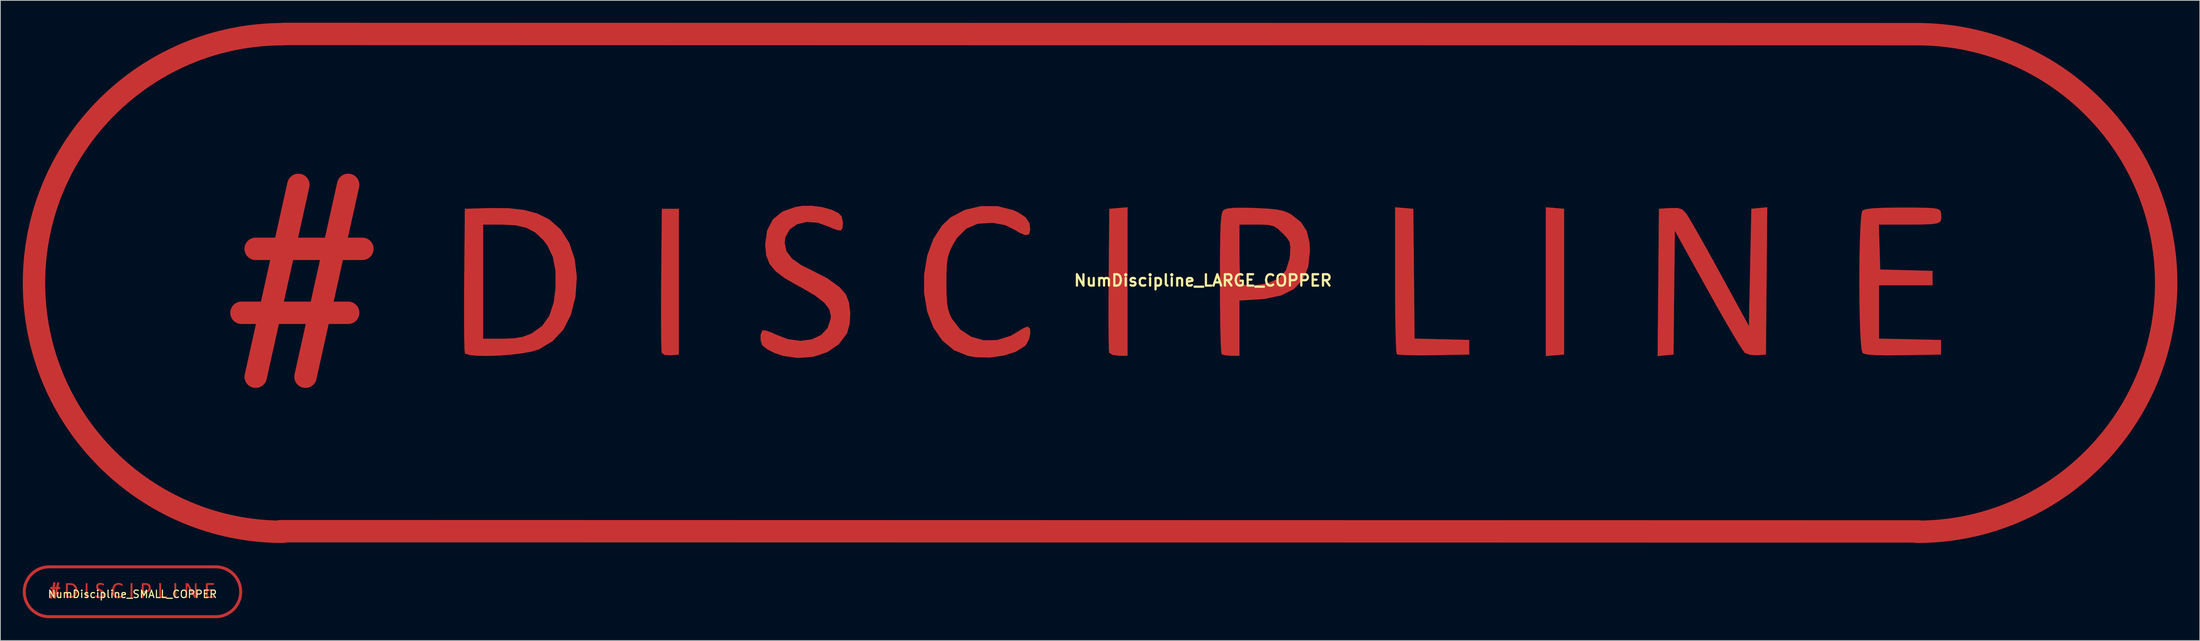
<source format=kicad_pcb>
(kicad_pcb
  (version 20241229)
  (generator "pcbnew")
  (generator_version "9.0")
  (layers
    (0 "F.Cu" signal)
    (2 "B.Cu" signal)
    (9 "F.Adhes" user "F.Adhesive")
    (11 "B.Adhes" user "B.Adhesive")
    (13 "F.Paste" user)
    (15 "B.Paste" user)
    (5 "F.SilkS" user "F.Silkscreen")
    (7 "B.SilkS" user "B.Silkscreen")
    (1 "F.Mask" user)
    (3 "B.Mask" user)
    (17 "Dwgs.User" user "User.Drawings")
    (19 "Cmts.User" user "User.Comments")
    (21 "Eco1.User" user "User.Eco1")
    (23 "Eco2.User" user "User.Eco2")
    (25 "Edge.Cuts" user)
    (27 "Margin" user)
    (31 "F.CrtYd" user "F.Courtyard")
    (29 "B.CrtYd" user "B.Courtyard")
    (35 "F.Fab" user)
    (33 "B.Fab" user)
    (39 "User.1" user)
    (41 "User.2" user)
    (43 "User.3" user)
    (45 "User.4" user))
  (footprint "NumDiscipline_SMALL_COPPER"
    (layer "F.Cu")
    (at 14.68 76.09)
    (property "Reference" "NumDiscipline_SMALL_COPPER" (at 0 0.5 0) (layer "F.SilkS") (effects (font (size 1 1) (thickness 0.15))))
    (attr through_hole)
    (fp_line (start -11.13 3.52) (end 11.17 3.52) (stroke (width 0.4) (type solid)) (layer "F.Cu"))
    (fp_line (start -11.11 -3.16) (end 11.17 -3.16) (stroke (width 0.4) (type solid)) (layer "F.Cu"))
    (fp_arc (start -11.14 3.52) (mid -14.48 0.18) (end -11.14 -3.16) (stroke (width 0.4) (type solid)) (layer "F.Cu"))
    (fp_arc (start 11.16 -3.16) (mid 14.5 0.18) (end 11.16 3.52) (stroke (width 0.4) (type solid)) (layer "F.Cu"))
    (fp_poly (pts (xy 5.742 -0.973) (xy 5.864 -0.963) (xy 5.864 0.996) (xy 5.619 1.016) (xy 5.619 -0.983) (xy 5.742 -0.973)) (stroke (width 0.01) (type solid)) (fill yes) (layer "F.Cu"))
    (fp_poly (pts (xy -6.02 0.996) (xy -6.126 1.006) (xy -6.212 1.001) (xy -6.249 0.973) (xy -6.253 0.93) (xy -6.256 0.831) (xy -6.258 0.684) (xy -6.259 0.497) (xy -6.259 0.279) (xy -6.257 0.039) (xy -6.257 -0.017) (xy -6.248 -0.963) (xy -6.02 -0.963) (xy -6.02 0.996)) (stroke (width 0.01) (type solid)) (fill yes) (layer "F.Cu"))
    (fp_poly (pts (xy 0.004 1.012) (xy -0.111 1.012) (xy -0.192 1.002) (xy -0.24 0.976) (xy -0.242 0.971) (xy -0.246 0.929) (xy -0.249 0.83) (xy -0.251 0.683) (xy -0.252 0.497) (xy -0.252 0.279) (xy -0.25 0.04) (xy -0.25 -0.017) (xy -0.241 -0.963) (xy -0.119 -0.973) (xy 0.004 -0.983) (xy 0.004 1.012)) (stroke (width 0.01) (type solid)) (fill yes) (layer "F.Cu"))
    (fp_poly (pts (xy 3.718 -0.973) (xy 3.84 -0.963) (xy 3.857 0.781) (xy 4.591 0.8) (xy 4.591 0.996) (xy 4.116 1.005) (xy 3.946 1.006) (xy 3.799 1.005) (xy 3.689 1.001) (xy 3.627 0.994) (xy 3.618 0.991) (xy 3.612 0.954) (xy 3.607 0.86) (xy 3.602 0.717) (xy 3.599 0.533) (xy 3.596 0.317) (xy 3.595 0.077) (xy 3.595 -0.007) (xy 3.595 -0.983) (xy 3.718 -0.973)) (stroke (width 0.01) (type solid)) (fill yes) (layer "F.Cu"))
    (fp_poly (pts (xy 8.583 0.006) (xy 8.574 0.996) (xy 8.46 1.005) (xy 8.366 1) (xy 8.294 0.975) (xy 8.291 0.973) (xy 8.261 0.934) (xy 8.205 0.846) (xy 8.126 0.715) (xy 8.031 0.551) (xy 7.922 0.361) (xy 7.805 0.153) (xy 7.793 0.131) (xy 7.351 -0.668) (xy 7.342 0.164) (xy 7.333 0.996) (xy 7.227 1.006) (xy 7.12 1.016) (xy 7.129 0.027) (xy 7.137 -0.963) (xy 7.289 -0.973) (xy 7.39 -0.973) (xy 7.452 -0.953) (xy 7.501 -0.904) (xy 7.533 -0.854) (xy 7.591 -0.755) (xy 7.67 -0.617) (xy 7.765 -0.448) (xy 7.871 -0.256) (xy 7.954 -0.106) (xy 8.345 0.612) (xy 8.378 -0.963) (xy 8.485 -0.973) (xy 8.591 -0.984) (xy 8.583 0.006)) (stroke (width 0.01) (type solid)) (fill yes) (layer "F.Cu"))
    (fp_poly (pts (xy 10.598 -0.979) (xy 10.733 -0.976) (xy 10.824 -0.971) (xy 10.878 -0.961) (xy 10.908 -0.945) (xy 10.922 -0.923) (xy 10.923 -0.919) (xy 10.93 -0.84) (xy 10.922 -0.804) (xy 10.905 -0.782) (xy 10.866 -0.766) (xy 10.796 -0.757) (xy 10.683 -0.752) (xy 10.516 -0.751) (xy 10.495 -0.751) (xy 10.09 -0.751) (xy 10.099 -0.449) (xy 10.108 -0.147) (xy 10.459 -0.138) (xy 10.81 -0.128) (xy 10.81 0.065) (xy 10.092 0.065) (xy 10.092 0.782) (xy 10.925 0.8) (xy 10.925 0.996) (xy 10.418 1.005) (xy 10.202 1.007) (xy 10.046 1.004) (xy 9.942 0.996) (xy 9.884 0.982) (xy 9.871 0.974) (xy 9.859 0.929) (xy 9.848 0.83) (xy 9.84 0.686) (xy 9.834 0.508) (xy 9.83 0.306) (xy 9.828 0.09) (xy 9.828 -0.13) (xy 9.831 -0.342) (xy 9.835 -0.538) (xy 9.842 -0.706) (xy 9.851 -0.836) (xy 9.862 -0.918) (xy 9.87 -0.94) (xy 9.916 -0.958) (xy 10.017 -0.97) (xy 10.176 -0.977) (xy 10.397 -0.979) (xy 10.407 -0.979) (xy 10.598 -0.979)) (stroke (width 0.01) (type solid)) (fill yes) (layer "F.Cu"))
    (fp_poly (pts (xy -8.307 -0.971) (xy -8.094 -0.947) (xy -7.917 -0.898) (xy -7.764 -0.822) (xy -7.757 -0.817) (xy -7.605 -0.684) (xy -7.491 -0.504) (xy -7.418 -0.288) (xy -7.39 -0.044) (xy -7.408 0.216) (xy -7.47 0.464) (xy -7.572 0.662) (xy -7.715 0.816) (xy -7.897 0.925) (xy -7.988 0.954) (xy -8.116 0.978) (xy -8.267 0.997) (xy -8.428 1.009) (xy -8.583 1.015) (xy -8.721 1.013) (xy -8.826 1.002) (xy -8.885 0.983) (xy -8.893 0.975) (xy -8.897 0.932) (xy -8.9 0.832) (xy -8.902 0.684) (xy -8.903 0.497) (xy -8.903 0.279) (xy -8.902 0.039) (xy -8.901 -0.017) (xy -8.895 -0.751) (xy -8.648 -0.751) (xy -8.648 0.784) (xy -8.393 0.784) (xy -8.236 0.778) (xy -8.119 0.759) (xy -8.016 0.721) (xy -7.994 0.71) (xy -7.856 0.612) (xy -7.759 0.476) (xy -7.699 0.294) (xy -7.675 0.1) (xy -7.676 -0.131) (xy -7.712 -0.317) (xy -7.784 -0.47) (xy -7.841 -0.544) (xy -7.947 -0.644) (xy -8.066 -0.708) (xy -8.215 -0.742) (xy -8.402 -0.751) (xy -8.648 -0.751) (xy -8.895 -0.751) (xy -8.893 -0.963) (xy -8.569 -0.973) (xy -8.307 -0.971)) (stroke (width 0.01) (type solid)) (fill yes) (layer "F.Cu"))
    (fp_poly (pts (xy -1.743 -0.998) (xy -1.53 -0.944) (xy -1.471 -0.917) (xy -1.367 -0.85) (xy -1.315 -0.774) (xy -1.302 -0.685) (xy -1.317 -0.622) (xy -1.365 -0.608) (xy -1.45 -0.643) (xy -1.5 -0.674) (xy -1.638 -0.743) (xy -1.799 -0.773) (xy -1.819 -0.775) (xy -2.008 -0.762) (xy -2.162 -0.696) (xy -2.285 -0.573) (xy -2.345 -0.474) (xy -2.383 -0.392) (xy -2.408 -0.314) (xy -2.422 -0.222) (xy -2.427 -0.097) (xy -2.428 0.032) (xy -2.426 0.196) (xy -2.418 0.312) (xy -2.402 0.399) (xy -2.375 0.473) (xy -2.353 0.515) (xy -2.243 0.659) (xy -2.097 0.756) (xy -1.927 0.804) (xy -1.746 0.801) (xy -1.566 0.745) (xy -1.464 0.684) (xy -1.392 0.64) (xy -1.34 0.62) (xy -1.338 0.62) (xy -1.307 0.646) (xy -1.302 0.709) (xy -1.318 0.787) (xy -1.355 0.859) (xy -1.374 0.881) (xy -1.495 0.957) (xy -1.658 1.01) (xy -1.844 1.036) (xy -2.033 1.032) (xy -2.139 1.014) (xy -2.327 0.937) (xy -2.483 0.808) (xy -2.604 0.632) (xy -2.686 0.416) (xy -2.728 0.166) (xy -2.727 -0.082) (xy -2.685 -0.334) (xy -2.604 -0.556) (xy -2.488 -0.737) (xy -2.375 -0.844) (xy -2.184 -0.947) (xy -1.967 -0.999) (xy -1.743 -0.998)) (stroke (width 0.01) (type solid)) (fill yes) (layer "F.Cu"))
    (fp_poly (pts (xy 1.712 -0.973) (xy 1.882 -0.965) (xy 2.003 -0.954) (xy 2.09 -0.936) (xy 2.158 -0.91) (xy 2.205 -0.883) (xy 2.332 -0.783) (xy 2.41 -0.663) (xy 2.447 -0.508) (xy 2.452 -0.392) (xy 2.428 -0.18) (xy 2.357 -0.012) (xy 2.237 0.115) (xy 2.067 0.201) (xy 1.845 0.248) (xy 1.761 0.255) (xy 1.506 0.27) (xy 1.506 1.012) (xy 1.397 1.012) (xy 1.316 1.006) (xy 1.268 0.992) (xy 1.266 0.99) (xy 1.261 0.953) (xy 1.256 0.859) (xy 1.251 0.717) (xy 1.248 0.535) (xy 1.246 0.32) (xy 1.245 0.083) (xy 1.245 0.031) (xy 1.245 -0.247) (xy 1.247 -0.466) (xy 1.25 -0.635) (xy 1.254 -0.751) (xy 1.506 -0.751) (xy 1.506 -0.365) (xy 1.507 -0.212) (xy 1.512 -0.084) (xy 1.519 0.006) (xy 1.527 0.044) (xy 1.579 0.06) (xy 1.673 0.064) (xy 1.785 0.055) (xy 1.895 0.034) (xy 1.9 0.033) (xy 2.039 -0.032) (xy 2.13 -0.137) (xy 2.178 -0.288) (xy 2.184 -0.342) (xy 2.19 -0.449) (xy 2.178 -0.518) (xy 2.14 -0.578) (xy 2.084 -0.636) (xy 2.02 -0.696) (xy 1.964 -0.731) (xy 1.894 -0.746) (xy 1.788 -0.751) (xy 1.738 -0.751) (xy 1.506 -0.751) (xy 1.254 -0.751) (xy 1.254 -0.759) (xy 1.261 -0.845) (xy 1.271 -0.902) (xy 1.283 -0.934) (xy 1.294 -0.947) (xy 1.342 -0.966) (xy 1.434 -0.976) (xy 1.578 -0.977) (xy 1.712 -0.973)) (stroke (width 0.01) (type solid)) (fill yes) (layer "F.Cu"))
    (fp_poly (pts (xy -4.093 -0.984) (xy -3.97 -0.95) (xy -3.877 -0.906) (xy -3.835 -0.861) (xy -3.817 -0.776) (xy -3.824 -0.703) (xy -3.844 -0.672) (xy -3.887 -0.675) (xy -3.964 -0.703) (xy -3.998 -0.719) (xy -4.155 -0.776) (xy -4.305 -0.787) (xy -4.434 -0.755) (xy -4.533 -0.686) (xy -4.59 -0.582) (xy -4.599 -0.506) (xy -4.576 -0.393) (xy -4.502 -0.294) (xy -4.372 -0.203) (xy -4.253 -0.144) (xy -4.026 -0.028) (xy -3.862 0.091) (xy -3.779 0.186) (xy -3.737 0.294) (xy -3.719 0.435) (xy -3.727 0.581) (xy -3.76 0.704) (xy -3.766 0.716) (xy -3.875 0.86) (xy -4.029 0.964) (xy -4.216 1.026) (xy -4.425 1.041) (xy -4.616 1.014) (xy -4.732 0.976) (xy -4.834 0.924) (xy -4.898 0.872) (xy -4.901 0.868) (xy -4.922 0.803) (xy -4.922 0.727) (xy -4.9 0.674) (xy -4.895 0.671) (xy -4.851 0.673) (xy -4.772 0.702) (xy -4.729 0.723) (xy -4.554 0.79) (xy -4.387 0.812) (xy -4.236 0.792) (xy -4.111 0.734) (xy -4.023 0.64) (xy -3.981 0.514) (xy -3.979 0.476) (xy -4.001 0.387) (xy -4.069 0.298) (xy -4.188 0.204) (xy -4.365 0.1) (xy -4.407 0.078) (xy -4.591 -0.026) (xy -4.72 -0.123) (xy -4.803 -0.223) (xy -4.847 -0.337) (xy -4.861 -0.475) (xy -4.861 -0.485) (xy -4.835 -0.672) (xy -4.758 -0.819) (xy -4.631 -0.924) (xy -4.454 -0.988) (xy -4.358 -1.002) (xy -4.228 -1.003) (xy -4.093 -0.984)) (stroke (width 0.01) (type solid)) (fill yes) (layer "F.Cu"))
    (fp_text user "#" (at -10.414 0 0) (layer "F.Cu") (effects (font (size 1.5 1.5) (thickness 0.3)))))
  (footprint "NumDiscipline_LARGE_COPPER"
    (layer "F.Cu")
    (at 147.87 34.54)
    (property "Reference" "NumDiscipline_LARGE_COPPER" (at 10.16 0 0) (layer "F.SilkS") (effects (font (size 1.524 1.524) (thickness 0.3))))
    (attr through_hole)
    (fp_line (start -113.4 33.61) (end 105.92 33.64) (stroke (width 3) (type solid)) (layer "F.Cu"))
    (fp_line (start -112.95 -33.04) (end 106.37 -33.01) (stroke (width 3) (type solid)) (layer "F.Cu"))
    (fp_arc (start -113.02 33.69) (mid -146.37 0.34) (end -113.02 -33.01) (stroke (width 3) (type solid)) (layer "F.Cu"))
    (fp_arc (start 105.79 -33.01) (mid 139.14 0.34) (end 105.79 33.69) (stroke (width 3) (type solid)) (layer "F.Cu"))
    (fp_poly (pts (xy 57.297 -9.707) (xy 58.518 -9.606) (xy 58.518 9.932) (xy 57.297 10.033) (xy 56.075 10.134) (xy 56.075 -9.809) (xy 57.297 -9.707)) (stroke (width 0.01) (type solid)) (fill yes) (layer "F.Cu"))
    (fp_poly (pts (xy -60.016 9.932) (xy -61.076 10.034) (xy -61.934 9.984) (xy -62.302 9.705) (xy -62.342 9.279) (xy -62.372 8.288) (xy -62.392 6.818) (xy -62.402 4.954) (xy -62.4 2.783) (xy -62.386 0.391) (xy -62.382 -0.167) (xy -62.295 -9.606) (xy -60.016 -9.606) (xy -60.016 9.932)) (stroke (width 0.01) (type solid)) (fill yes) (layer "F.Cu"))
    (fp_poly (pts (xy 0.065 10.095) (xy -1.085 10.095) (xy -1.892 9.99) (xy -2.366 9.732) (xy -2.393 9.684) (xy -2.43 9.264) (xy -2.458 8.278) (xy -2.477 6.812) (xy -2.485 4.953) (xy -2.483 2.785) (xy -2.469 0.394) (xy -2.464 -0.167) (xy -2.377 -9.606) (xy -1.156 -9.707) (xy 0.065 -9.809) (xy 0.065 10.095)) (stroke (width 0.01) (type solid)) (fill yes) (layer "F.Cu"))
    (fp_poly (pts (xy 37.107 -9.707) (xy 38.328 -9.606) (xy 38.501 7.794) (xy 45.818 7.978) (xy 45.818 9.932) (xy 41.077 10.022) (xy 39.381 10.039) (xy 37.922 10.025) (xy 36.821 9.984) (xy 36.199 9.919) (xy 36.111 9.886) (xy 36.054 9.515) (xy 36.003 8.576) (xy 35.959 7.149) (xy 35.923 5.318) (xy 35.898 3.165) (xy 35.886 0.771) (xy 35.886 -0.074) (xy 35.886 -9.809) (xy 37.107 -9.707)) (stroke (width 0.01) (type solid)) (fill yes) (layer "F.Cu"))
    (fp_poly (pts (xy 85.632 0.06) (xy 85.546 9.932) (xy 84.406 10.028) (xy 83.473 9.978) (xy 82.754 9.726) (xy 82.72 9.702) (xy 82.425 9.315) (xy 81.863 8.434) (xy 81.082 7.136) (xy 80.126 5.5) (xy 79.043 3.602) (xy 77.878 1.521) (xy 77.76 1.309) (xy 73.346 -6.664) (xy 73.172 9.932) (xy 72.108 10.034) (xy 71.045 10.137) (xy 71.131 0.265) (xy 71.218 -9.606) (xy 72.728 -9.704) (xy 73.733 -9.71) (xy 74.355 -9.505) (xy 74.845 -9.013) (xy 75.165 -8.515) (xy 75.745 -7.531) (xy 76.534 -6.152) (xy 77.482 -4.464) (xy 78.538 -2.557) (xy 79.359 -1.059) (xy 83.266 6.106) (xy 83.429 -1.75) (xy 83.592 -9.606) (xy 84.655 -9.709) (xy 85.718 -9.811) (xy 85.632 0.06)) (stroke (width 0.01) (type solid)) (fill yes) (layer "F.Cu"))
    (fp_poly (pts (xy 105.73 -9.763) (xy 107.084 -9.738) (xy 107.985 -9.681) (xy 108.532 -9.581) (xy 108.825 -9.427) (xy 108.963 -9.207) (xy 108.977 -9.164) (xy 109.041 -8.375) (xy 108.965 -8.024) (xy 108.792 -7.797) (xy 108.408 -7.644) (xy 107.706 -7.551) (xy 106.579 -7.504) (xy 104.919 -7.49) (xy 104.712 -7.49) (xy 100.664 -7.49) (xy 100.757 -4.478) (xy 100.851 -1.465) (xy 107.852 -1.281) (xy 107.852 0.651) (xy 100.688 0.651) (xy 100.688 7.796) (xy 104.84 7.887) (xy 108.992 7.978) (xy 108.992 9.932) (xy 103.936 10.021) (xy 101.787 10.042) (xy 100.225 10.013) (xy 99.186 9.931) (xy 98.609 9.794) (xy 98.482 9.712) (xy 98.358 9.27) (xy 98.256 8.28) (xy 98.174 6.844) (xy 98.114 5.066) (xy 98.074 3.048) (xy 98.056 0.894) (xy 98.059 -1.295) (xy 98.082 -3.415) (xy 98.127 -5.363) (xy 98.194 -7.038) (xy 98.281 -8.335) (xy 98.39 -9.152) (xy 98.474 -9.378) (xy 98.935 -9.552) (xy 99.942 -9.673) (xy 101.527 -9.745) (xy 103.727 -9.769) (xy 103.825 -9.769) (xy 105.73 -9.763)) (stroke (width 0.01) (type solid)) (fill yes) (layer "F.Cu"))
    (fp_poly (pts (xy -82.828 -9.682) (xy -80.702 -9.441) (xy -78.941 -8.955) (xy -77.415 -8.196) (xy -77.344 -8.152) (xy -75.832 -6.819) (xy -74.696 -5.028) (xy -73.968 -2.87) (xy -73.681 -0.44) (xy -73.861 2.153) (xy -74.483 4.628) (xy -75.495 6.606) (xy -76.931 8.136) (xy -78.74 9.228) (xy -79.649 9.516) (xy -80.927 9.755) (xy -82.434 9.94) (xy -84.034 10.064) (xy -85.589 10.12) (xy -86.96 10.1) (xy -88.01 9.999) (xy -88.601 9.809) (xy -88.673 9.722) (xy -88.714 9.292) (xy -88.746 8.296) (xy -88.767 6.822) (xy -88.778 4.955) (xy -88.777 2.782) (xy -88.763 0.388) (xy -88.759 -0.167) (xy -88.691 -7.49) (xy -86.23 -7.49) (xy -86.23 7.815) (xy -83.694 7.815) (xy -82.126 7.761) (xy -80.954 7.569) (xy -79.931 7.193) (xy -79.705 7.083) (xy -78.329 6.108) (xy -77.361 4.745) (xy -76.766 2.929) (xy -76.53 0.999) (xy -76.542 -1.31) (xy -76.893 -3.165) (xy -77.616 -4.689) (xy -78.179 -5.426) (xy -79.243 -6.427) (xy -80.432 -7.064) (xy -81.915 -7.397) (xy -83.777 -7.49) (xy -86.23 -7.49) (xy -88.691 -7.49) (xy -88.672 -9.606) (xy -85.446 -9.7) (xy -82.828 -9.682)) (stroke (width 0.01) (type solid)) (fill yes) (layer "F.Cu"))
    (fp_poly (pts (xy -17.36 -9.957) (xy -15.237 -9.417) (xy -14.651 -9.15) (xy -13.609 -8.477) (xy -13.087 -7.716) (xy -12.961 -6.831) (xy -13.11 -6.199) (xy -13.586 -6.061) (xy -14.432 -6.415) (xy -14.932 -6.726) (xy -16.311 -7.411) (xy -17.913 -7.714) (xy -18.119 -7.729) (xy -20.006 -7.601) (xy -21.537 -6.939) (xy -22.766 -5.712) (xy -23.362 -4.729) (xy -23.747 -3.908) (xy -23.992 -3.131) (xy -24.128 -2.214) (xy -24.184 -0.972) (xy -24.194 0.319) (xy -24.173 1.955) (xy -24.096 3.117) (xy -23.934 3.978) (xy -23.662 4.714) (xy -23.448 5.142) (xy -22.346 6.574) (xy -20.887 7.542) (xy -19.193 8.023) (xy -17.387 7.992) (xy -15.59 7.428) (xy -14.573 6.827) (xy -13.858 6.388) (xy -13.34 6.188) (xy -13.317 6.187) (xy -13.01 6.444) (xy -12.956 7.071) (xy -13.124 7.849) (xy -13.485 8.564) (xy -13.682 8.788) (xy -14.886 9.546) (xy -16.513 10.072) (xy -18.369 10.331) (xy -20.257 10.29) (xy -21.311 10.11) (xy -23.181 9.346) (xy -24.736 8.056) (xy -25.943 6.303) (xy -26.769 4.148) (xy -27.181 1.652) (xy -27.171 -0.814) (xy -26.756 -3.333) (xy -25.947 -5.547) (xy -24.792 -7.352) (xy -23.667 -8.421) (xy -21.753 -9.444) (xy -19.591 -9.961) (xy -17.36 -9.957)) (stroke (width 0.01) (type solid)) (fill yes) (layer "F.Cu"))
    (fp_poly (pts (xy 17.104 -9.71) (xy 18.801 -9.627) (xy 20.004 -9.512) (xy 20.868 -9.337) (xy 21.551 -9.072) (xy 22.021 -8.808) (xy 23.284 -7.81) (xy 24.062 -6.611) (xy 24.429 -5.063) (xy 24.482 -3.908) (xy 24.245 -1.798) (xy 23.536 -0.118) (xy 22.339 1.145) (xy 20.641 2.004) (xy 18.429 2.471) (xy 17.59 2.541) (xy 15.045 2.689) (xy 15.045 10.095) (xy 13.959 10.095) (xy 13.155 10.035) (xy 12.671 9.891) (xy 12.657 9.878) (xy 12.601 9.508) (xy 12.551 8.572) (xy 12.507 7.152) (xy 12.473 5.332) (xy 12.45 3.196) (xy 12.44 0.829) (xy 12.439 0.311) (xy 12.444 -2.462) (xy 12.459 -4.653) (xy 12.489 -6.332) (xy 12.534 -7.49) (xy 15.045 -7.49) (xy 15.045 -3.636) (xy 15.062 -2.113) (xy 15.109 -0.835) (xy 15.179 0.06) (xy 15.262 0.434) (xy 15.78 0.603) (xy 16.712 0.639) (xy 17.835 0.549) (xy 18.925 0.338) (xy 18.976 0.324) (xy 20.362 -0.316) (xy 21.274 -1.363) (xy 21.751 -2.868) (xy 21.814 -3.41) (xy 21.87 -4.475) (xy 21.752 -5.168) (xy 21.367 -5.764) (xy 20.816 -6.343) (xy 20.173 -6.945) (xy 19.612 -7.288) (xy 18.914 -7.445) (xy 17.86 -7.488) (xy 17.357 -7.49) (xy 15.045 -7.49) (xy 12.534 -7.49) (xy 12.537 -7.569) (xy 12.607 -8.432) (xy 12.701 -8.992) (xy 12.824 -9.318) (xy 12.929 -9.445) (xy 13.409 -9.635) (xy 14.329 -9.734) (xy 15.766 -9.748) (xy 17.104 -9.71)) (stroke (width 0.01) (type solid)) (fill yes) (layer "F.Cu"))
    (fp_poly (pts (xy -40.797 -9.815) (xy -39.57 -9.475) (xy -38.647 -9.033) (xy -38.226 -8.586) (xy -38.048 -7.745) (xy -38.116 -7.008) (xy -38.312 -6.705) (xy -38.748 -6.736) (xy -39.513 -7.015) (xy -39.847 -7.175) (xy -41.422 -7.74) (xy -42.909 -7.846) (xy -44.199 -7.533) (xy -45.183 -6.838) (xy -45.753 -5.801) (xy -45.85 -5.047) (xy -45.617 -3.922) (xy -44.88 -2.933) (xy -43.584 -2.022) (xy -42.393 -1.435) (xy -40.127 -0.278) (xy -38.498 0.903) (xy -37.666 1.852) (xy -37.246 2.929) (xy -37.069 4.334) (xy -37.143 5.791) (xy -37.476 7.021) (xy -37.535 7.141) (xy -38.626 8.574) (xy -40.158 9.617) (xy -42.023 10.234) (xy -44.114 10.387) (xy -46.013 10.118) (xy -47.176 9.734) (xy -48.195 9.22) (xy -48.831 8.699) (xy -48.857 8.662) (xy -49.07 8.009) (xy -49.064 7.25) (xy -48.848 6.724) (xy -48.802 6.689) (xy -48.357 6.716) (xy -47.575 6.999) (xy -47.139 7.209) (xy -45.402 7.879) (xy -43.73 8.098) (xy -42.222 7.899) (xy -40.979 7.317) (xy -40.099 6.382) (xy -39.683 5.128) (xy -39.663 4.75) (xy -39.877 3.861) (xy -40.555 2.971) (xy -41.75 2.033) (xy -43.514 0.997) (xy -43.932 0.778) (xy -45.767 -0.257) (xy -47.055 -1.224) (xy -47.877 -2.225) (xy -48.317 -3.362) (xy -48.455 -4.736) (xy -48.455 -4.84) (xy -48.199 -6.707) (xy -47.435 -8.168) (xy -46.167 -9.217) (xy -44.402 -9.85) (xy -43.442 -9.998) (xy -42.149 -10.006) (xy -40.797 -9.815)) (stroke (width 0.01) (type solid)) (fill yes) (layer "F.Cu"))
    (fp_text user "#" (at -110.49 0 0) (layer "F.Cu") (effects (font (size 20 20) (thickness 3)))))
  (gr_rect
    (start -3 -3)
    (end 291.51 82.81)
    (stroke (width 0.1) (type default))
    (fill no)
    (layer "Edge.Cuts")))
</source>
